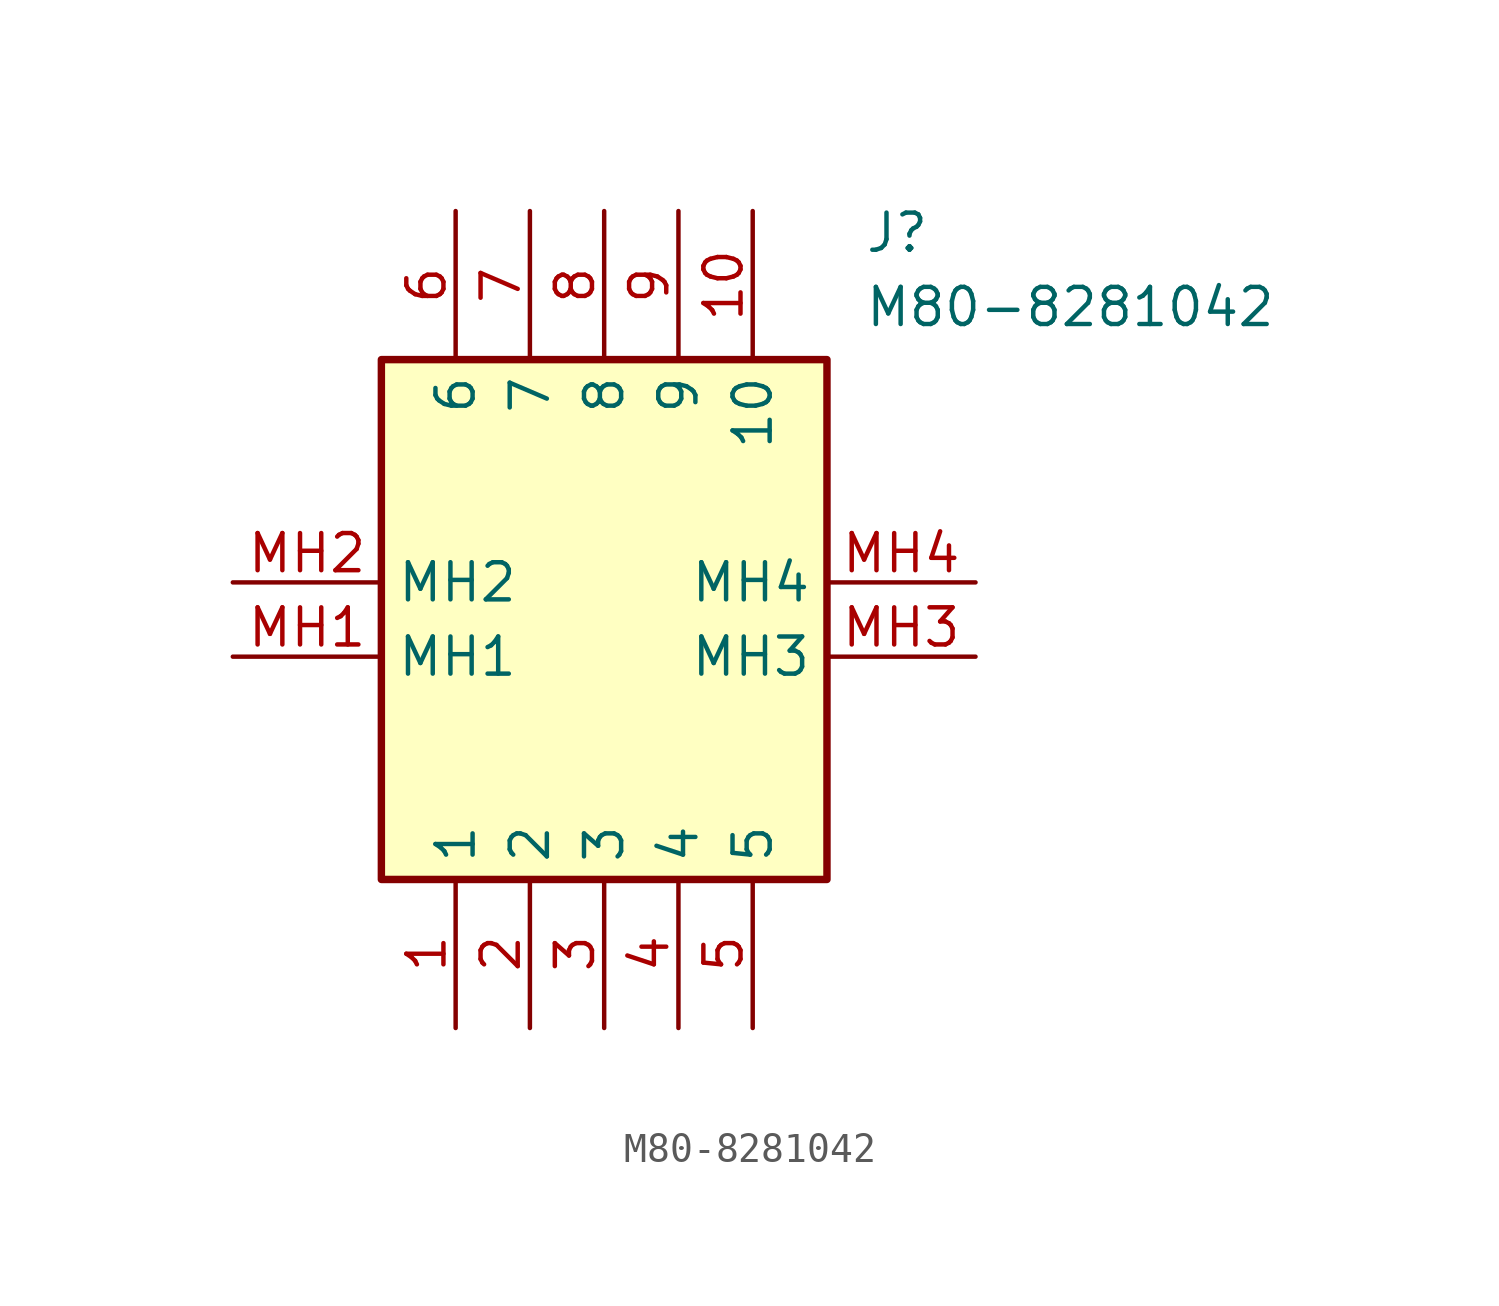
<source format=kicad_sym>
(kicad_symbol_lib
  (version 20211014)
  (generator SamacSys_ECAD_Model)
  (symbol "M80-8281042"
    (property "Reference" "J"
      (at 21.59 12.7 0)
      (effects (font (size 1.27 1.27)) (justify left top)))
    (property "Value" "M80-8281042"
      (at 21.59 10.16 0)
      (effects (font (size 1.27 1.27)) (justify left top)))
    (rectangle
      (start 5.08 7.62)
      (end 20.32 -10.16)
      (stroke (width 0.254) (type default))
      (fill (type background)))
    (pin passive line
      (at 7.62 -15.24 90)
      (length 5.08)
      (name "1" (effects (font (size 1.27 1.27))))
      (number "1" (effects (font (size 1.27 1.27)))))
    (pin passive line
      (at 10.16 -15.24 90)
      (length 5.08)
      (name "2" (effects (font (size 1.27 1.27))))
      (number "2" (effects (font (size 1.27 1.27)))))
    (pin passive line
      (at 12.7 -15.24 90)
      (length 5.08)
      (name "3" (effects (font (size 1.27 1.27))))
      (number "3" (effects (font (size 1.27 1.27)))))
    (pin passive line
      (at 15.24 -15.24 90)
      (length 5.08)
      (name "4" (effects (font (size 1.27 1.27))))
      (number "4" (effects (font (size 1.27 1.27)))))
    (pin passive line
      (at 17.78 -15.24 90)
      (length 5.08)
      (name "5" (effects (font (size 1.27 1.27))))
      (number "5" (effects (font (size 1.27 1.27)))))
    (pin passive line
      (at 7.62 12.7 270)
      (length 5.08)
      (name "6" (effects (font (size 1.27 1.27))))
      (number "6" (effects (font (size 1.27 1.27)))))
    (pin passive line
      (at 10.16 12.7 270)
      (length 5.08)
      (name "7" (effects (font (size 1.27 1.27))))
      (number "7" (effects (font (size 1.27 1.27)))))
    (pin passive line
      (at 12.7 12.7 270)
      (length 5.08)
      (name "8" (effects (font (size 1.27 1.27))))
      (number "8" (effects (font (size 1.27 1.27)))))
    (pin passive line
      (at 15.24 12.7 270)
      (length 5.08)
      (name "9" (effects (font (size 1.27 1.27))))
      (number "9" (effects (font (size 1.27 1.27)))))
    (pin passive line
      (at 17.78 12.7 270)
      (length 5.08)
      (name "10" (effects (font (size 1.27 1.27))))
      (number "10" (effects (font (size 1.27 1.27)))))
    (pin passive line
      (at 0 -2.54 0)
      (length 5.08)
      (name "MH1" (effects (font (size 1.27 1.27))))
      (number "MH1" (effects (font (size 1.27 1.27)))))
    (pin passive line
      (at 0 0 0)
      (length 5.08)
      (name "MH2" (effects (font (size 1.27 1.27))))
      (number "MH2" (effects (font (size 1.27 1.27)))))
    (pin passive line
      (at 25.4 -2.54 180)
      (length 5.08)
      (name "MH3" (effects (font (size 1.27 1.27))))
      (number "MH3" (effects (font (size 1.27 1.27)))))
    (pin passive line
      (at 25.4 0 180)
      (length 5.08)
      (name "MH4" (effects (font (size 1.27 1.27))))
      (number "MH4" (effects (font (size 1.27 1.27)))))))
</source>
